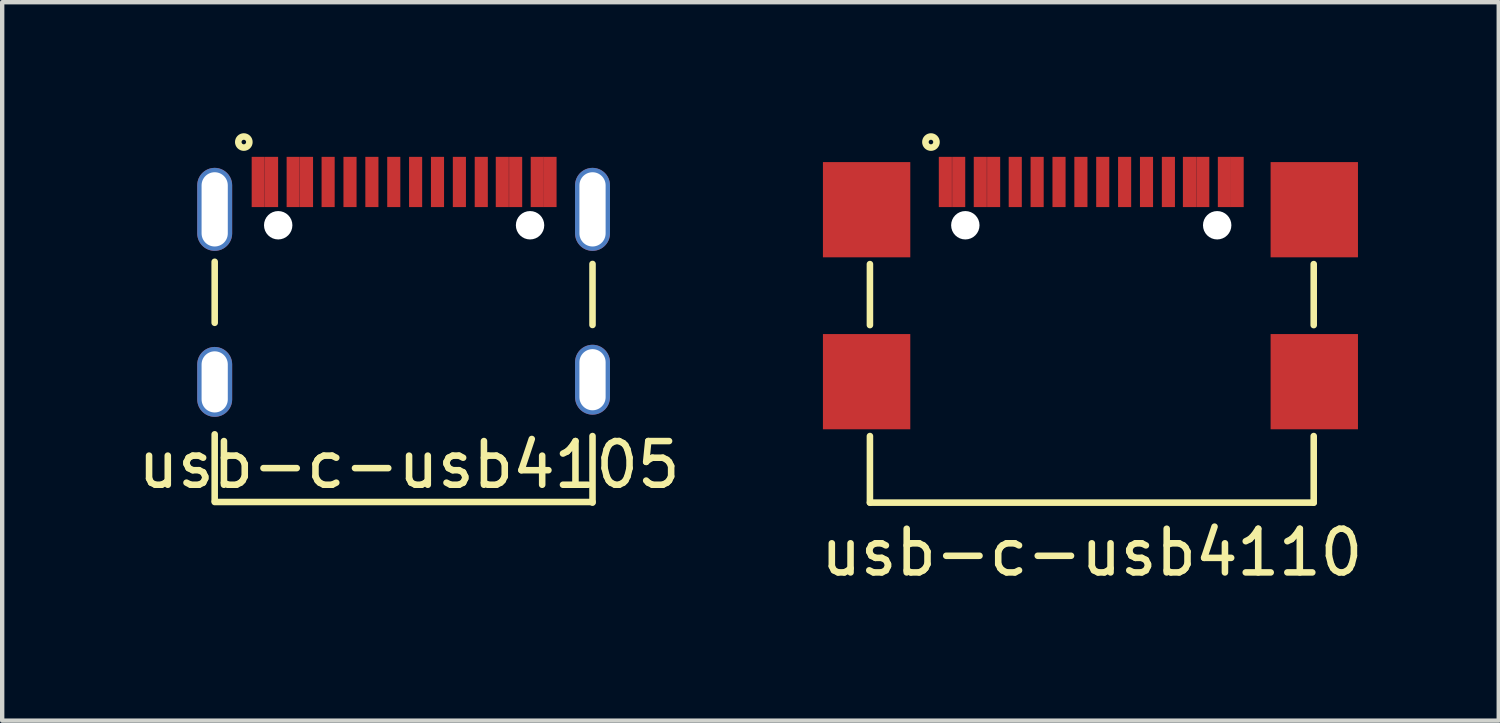
<source format=kicad_pcb>
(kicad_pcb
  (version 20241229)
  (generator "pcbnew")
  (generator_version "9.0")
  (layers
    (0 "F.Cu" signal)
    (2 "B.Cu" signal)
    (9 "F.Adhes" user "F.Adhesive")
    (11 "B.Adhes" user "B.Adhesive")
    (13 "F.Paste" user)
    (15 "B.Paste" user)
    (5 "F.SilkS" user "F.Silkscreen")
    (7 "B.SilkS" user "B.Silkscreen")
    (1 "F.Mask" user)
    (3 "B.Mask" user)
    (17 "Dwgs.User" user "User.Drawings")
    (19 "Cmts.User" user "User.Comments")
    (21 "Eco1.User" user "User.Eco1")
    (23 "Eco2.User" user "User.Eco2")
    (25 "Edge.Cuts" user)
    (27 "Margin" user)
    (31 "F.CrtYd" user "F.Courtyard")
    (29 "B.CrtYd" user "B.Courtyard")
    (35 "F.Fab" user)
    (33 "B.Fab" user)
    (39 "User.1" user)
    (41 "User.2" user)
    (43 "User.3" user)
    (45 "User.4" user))
  (footprint "usb-c-usb4105"
    (layer "F.Cu")
    (at 6.215 4.393)
    (property "Reference" "usb-c-usb4105" (at 0.1 3.2 180) (layer "F.SilkS") (effects (font (size 1 1) (thickness 0.15))))
    (attr through_hole)
    (fp_line (start -4.35 -1.45) (end -4.35 -0.053) (stroke (width 0.15) (type solid)) (layer "F.SilkS"))
    (fp_line (start -4.35 4.024) (end -4.35 2.5) (stroke (width 0.15) (type solid)) (layer "F.SilkS"))
    (fp_line (start 4.3 -1.4) (end 4.3 -0.003) (stroke (width 0.15) (type solid)) (layer "F.SilkS"))
    (fp_line (start 4.3 4.05) (end -4.35 4.05) (stroke (width 0.15) (type solid)) (layer "F.SilkS"))
    (fp_line (start 4.3 4.064) (end 4.3 2.54) (stroke (width 0.15) (type solid)) (layer "F.SilkS"))
    (fp_circle (center -3.683 -4.191) (end -3.683 -4.064) (stroke (width 0.15) (type solid)) (fill no) (layer "F.SilkS"))
    (pad "" np_thru_hole circle (at -2.896 -2.286) (size 0.65 0.65) (drill 0.65) (layers "*.Cu" "*.Mask"))
    (pad "" np_thru_hole circle (at 2.87 -2.286) (size 0.65 0.65) (drill 0.65) (layers "*.Cu" "*.Mask"))
    (pad "A1" smd rect (at -3.353 -3.277) (size 0.3 1.15) (layers "F.Cu" "F.Mask" "F.Paste"))
    (pad "A4" smd rect (at -2.553 -3.277) (size 0.3 1.15) (layers "F.Cu" "F.Mask" "F.Paste"))
    (pad "A5" smd rect (at -1.252 -3.277) (size 0.3 1.15) (layers "F.Cu" "F.Mask" "F.Paste"))
    (pad "A6" smd rect (at -0.25 -3.277) (size 0.3 1.15) (layers "F.Cu" "F.Mask" "F.Paste"))
    (pad "A7" smd rect (at 0.25 -3.277) (size 0.3 1.15) (layers "F.Cu" "F.Mask" "F.Paste"))
    (pad "A8" smd rect (at 1.252 -3.277) (size 0.3 1.15) (layers "F.Cu" "F.Mask" "F.Paste"))
    (pad "A9" smd rect (at 2.54 -3.277) (size 0.3 1.15) (layers "F.Cu" "F.Mask" "F.Paste"))
    (pad "A12" smd rect (at 3.327 -3.277) (size 0.3 1.15) (layers "F.Cu" "F.Mask" "F.Paste"))
    (pad "B1" smd rect (at 3.035 -3.277) (size 0.3 1.15) (layers "F.Cu" "F.Mask" "F.Paste"))
    (pad "B4" smd rect (at 2.235 -3.277) (size 0.3 1.15) (layers "F.Cu" "F.Mask" "F.Paste"))
    (pad "B5" smd rect (at 1.753 -3.277) (size 0.3 1.15) (layers "F.Cu" "F.Mask" "F.Paste"))
    (pad "B6" smd rect (at 0.751 -3.277) (size 0.3 1.15) (layers "F.Cu" "F.Mask" "F.Paste"))
    (pad "B7" smd rect (at -0.751 -3.277) (size 0.3 1.15) (layers "F.Cu" "F.Mask" "F.Paste"))
    (pad "B8" smd rect (at -1.753 -3.277) (size 0.3 1.15) (layers "F.Cu" "F.Mask" "F.Paste"))
    (pad "B9" smd rect (at -2.248 -3.277) (size 0.3 1.15) (layers "F.Cu" "F.Mask" "F.Paste"))
    (pad "B12" smd rect (at -3.048 -3.277) (size 0.3 1.15) (layers "F.Cu" "F.Mask" "F.Paste"))
    (pad "S1" thru_hole oval (at -4.35 -2.65) (size 0.8 1.9) (drill oval 0.6 1.7) (layers "*.Cu" "*.Mask"))
    (pad "S1" thru_hole oval (at -4.35 1.3) (size 0.8 1.6) (drill oval 0.6 1.4) (layers "*.Cu" "*.Mask"))
    (pad "S1" thru_hole oval (at 4.3 -2.65) (size 0.8 1.9) (drill oval 0.6 1.7) (layers "*.Cu" "*.Mask"))
    (pad "S1" thru_hole oval (at 4.3 1.25) (size 0.8 1.6) (drill oval 0.6 1.4) (layers "*.Cu" "*.Mask")))
  (footprint "usb-c-usb4110"
    (layer "F.Cu")
    (at 21.946 4.393)
    (property "Reference" "usb-c-usb4110" (at 0 5.207 180) (layer "F.SilkS") (effects (font (size 1 1) (thickness 0.15))))
    (attr through_hole)
    (fp_line (start -5.08 -1.397) (end -5.08 0) (stroke (width 0.15) (type solid)) (layer "F.SilkS"))
    (fp_line (start -5.08 4.064) (end -5.08 2.54) (stroke (width 0.15) (type solid)) (layer "F.SilkS"))
    (fp_line (start 5.08 -1.397) (end 5.08 0) (stroke (width 0.15) (type solid)) (layer "F.SilkS"))
    (fp_line (start 5.08 4.064) (end -5.08 4.064) (stroke (width 0.15) (type solid)) (layer "F.SilkS"))
    (fp_line (start 5.08 4.064) (end 5.08 2.54) (stroke (width 0.15) (type solid)) (layer "F.SilkS"))
    (fp_circle (center -3.683 -4.191) (end -3.683 -4.064) (stroke (width 0.15) (type solid)) (fill no) (layer "F.SilkS"))
    (pad "" np_thru_hole circle (at -2.896 -2.286) (size 0.65 0.65) (drill 0.65) (layers "*.Cu" "*.Mask"))
    (pad "" np_thru_hole circle (at 2.87 -2.286) (size 0.65 0.65) (drill 0.65) (layers "*.Cu" "*.Mask"))
    (pad "A1" smd rect (at -3.353 -3.277) (size 0.3 1.15) (layers "F.Cu" "F.Mask" "F.Paste"))
    (pad "A4" smd rect (at -2.553 -3.277) (size 0.3 1.15) (layers "F.Cu" "F.Mask" "F.Paste"))
    (pad "A5" smd rect (at -1.252 -3.277) (size 0.3 1.15) (layers "F.Cu" "F.Mask" "F.Paste"))
    (pad "A6" smd rect (at -0.25 -3.277) (size 0.3 1.15) (layers "F.Cu" "F.Mask" "F.Paste"))
    (pad "A7" smd rect (at 0.25 -3.277) (size 0.3 1.15) (layers "F.Cu" "F.Mask" "F.Paste"))
    (pad "A8" smd rect (at 1.252 -3.277) (size 0.3 1.15) (layers "F.Cu" "F.Mask" "F.Paste"))
    (pad "A9" smd rect (at 2.54 -3.277) (size 0.3 1.15) (layers "F.Cu" "F.Mask" "F.Paste"))
    (pad "A12" smd rect (at 3.327 -3.277) (size 0.3 1.15) (layers "F.Cu" "F.Mask" "F.Paste"))
    (pad "B1" smd rect (at 3.035 -3.277) (size 0.3 1.15) (layers "F.Cu" "F.Mask" "F.Paste"))
    (pad "B4" smd rect (at 2.235 -3.277) (size 0.3 1.15) (layers "F.Cu" "F.Mask" "F.Paste"))
    (pad "B5" smd rect (at 1.753 -3.277) (size 0.3 1.15) (layers "F.Cu" "F.Mask" "F.Paste"))
    (pad "B6" smd rect (at 0.751 -3.277) (size 0.3 1.15) (layers "F.Cu" "F.Mask" "F.Paste"))
    (pad "B7" smd rect (at -0.751 -3.277) (size 0.3 1.15) (layers "F.Cu" "F.Mask" "F.Paste"))
    (pad "B8" smd rect (at -1.753 -3.277) (size 0.3 1.15) (layers "F.Cu" "F.Mask" "F.Paste"))
    (pad "B9" smd rect (at -2.248 -3.277) (size 0.3 1.15) (layers "F.Cu" "F.Mask" "F.Paste"))
    (pad "B12" smd rect (at -3.048 -3.277) (size 0.3 1.15) (layers "F.Cu" "F.Mask" "F.Paste"))
    (pad "S1" smd rect (at -5.156 -2.642) (size 2 2.18) (layers "F.Cu" "F.Mask" "F.Paste"))
    (pad "S1" smd rect (at -5.156 1.295) (size 2 2.18) (layers "F.Cu" "F.Mask" "F.Paste"))
    (pad "S1" smd rect (at 5.093 -2.642) (size 2 2.18) (layers "F.Cu" "F.Mask" "F.Paste"))
    (pad "S1" smd rect (at 5.093 1.295) (size 2 2.18) (layers "F.Cu" "F.Mask" "F.Paste")))
  (gr_rect
    (start -3 -3)
    (end 31.262 13.448)
    (stroke (width 0.1) (type default))
    (fill no)
    (layer "Edge.Cuts")))
</source>
